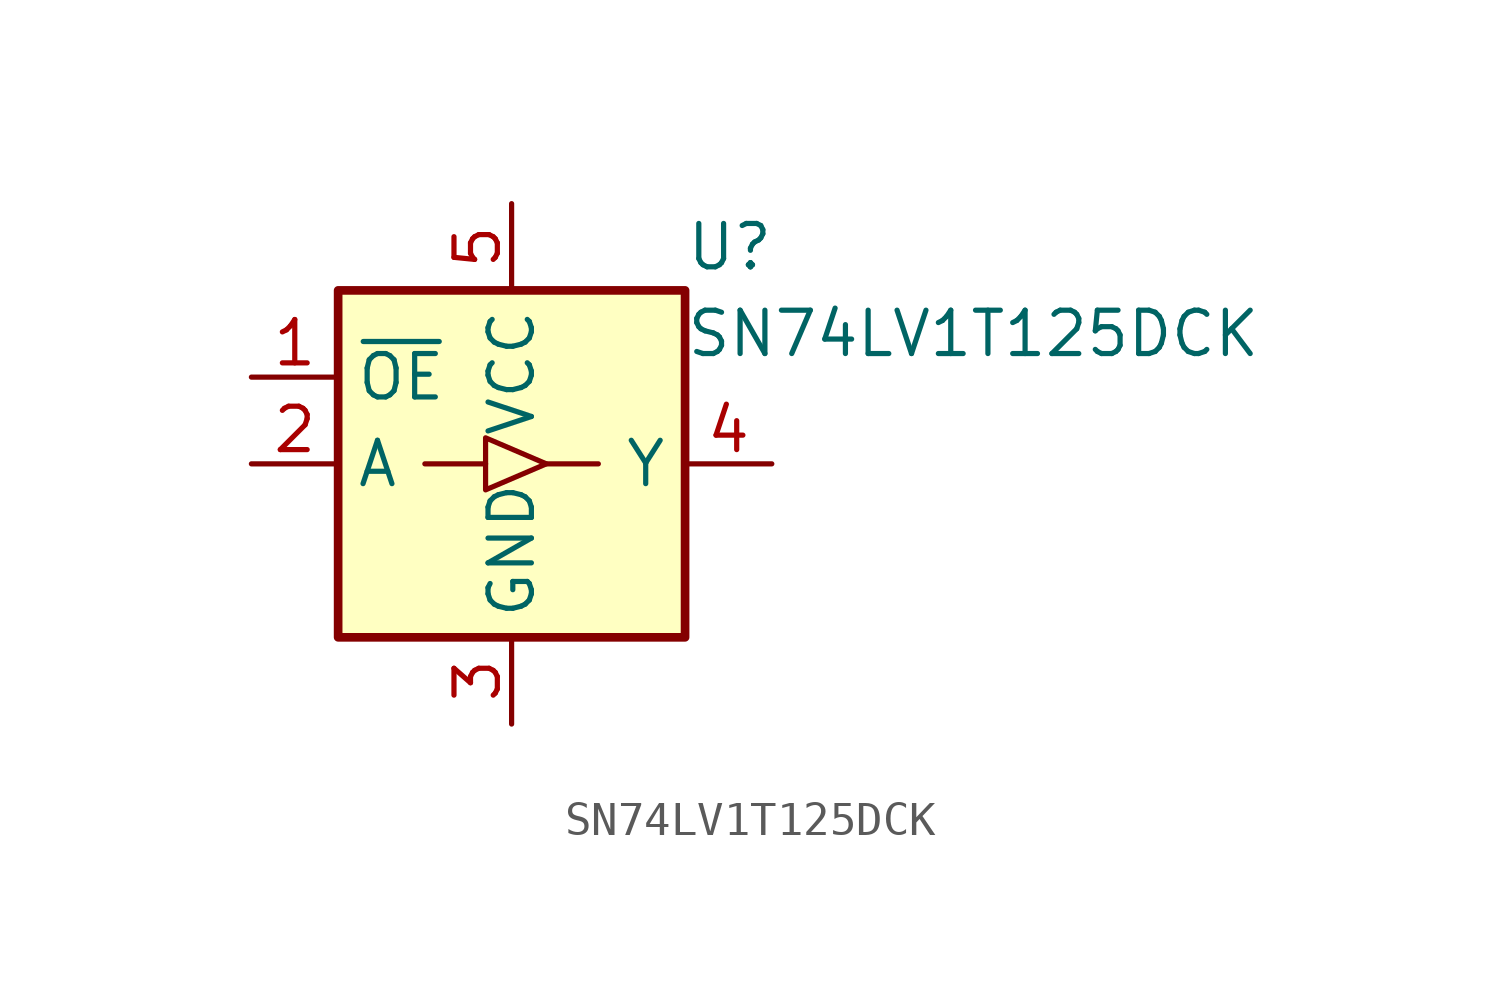
<source format=kicad_sym>
(kicad_symbol_lib
  (version 20241209)
  (generator "kicad_symbol_editor")
  (generator_version "9.0")
  (symbol "SN74LV1T125DCK"
    (property "Reference" "U"
      (at 5.08 6.35 0)
      (effects (font (size 1.27 1.27)) (justify left)))
    (property "Value" "SN74LV1T125DCK"
      (at 5.08 3.81 0)
      (effects (font (size 1.27 1.27)) (justify left)))
    (symbol "SN74LV1T125DCK_0_1"
      (rectangle (start -5.08 5.08) (end 5.08 -5.08) (stroke (width 0.254) (type default)) (fill (type background)))
      (polyline (pts (xy -0.762 0) (xy -2.54 0)) (stroke (width 0) (type default)) (fill (type none)))
      (polyline (pts (xy 1.016 0) (xy 2.54 0)) (stroke (width 0) (type default)) (fill (type none))))
    (symbol "SN74LV1T125DCK_1_1"
      (polyline (pts (xy -0.762 -0.762) (xy -0.762 0.762) (xy 1.016 0) (xy -0.762 -0.762)) (stroke (width 0) (type default)) (fill (type none)))
      (pin input line (at -7.62 2.54 0) (length 2.54) (name "~{OE}" (effects (font (size 1.27 1.27)))) (number "1" (effects (font (size 1.27 1.27)))))
      (pin input line (at -7.62 0 0) (length 2.54) (name "A" (effects (font (size 1.27 1.27)))) (number "2" (effects (font (size 1.27 1.27)))))
      (pin power_in line (at 0 7.62 270) (length 2.54) (name "VCC" (effects (font (size 1.27 1.27)))) (number "5" (effects (font (size 1.27 1.27)))))
      (pin power_in line (at 0 -7.62 90) (length 2.54) (name "GND" (effects (font (size 1.27 1.27)))) (number "3" (effects (font (size 1.27 1.27)))))
      (pin output line (at 7.62 0 180) (length 2.54) (name "Y" (effects (font (size 1.27 1.27)))) (number "4" (effects (font (size 1.27 1.27))))))))
</source>
